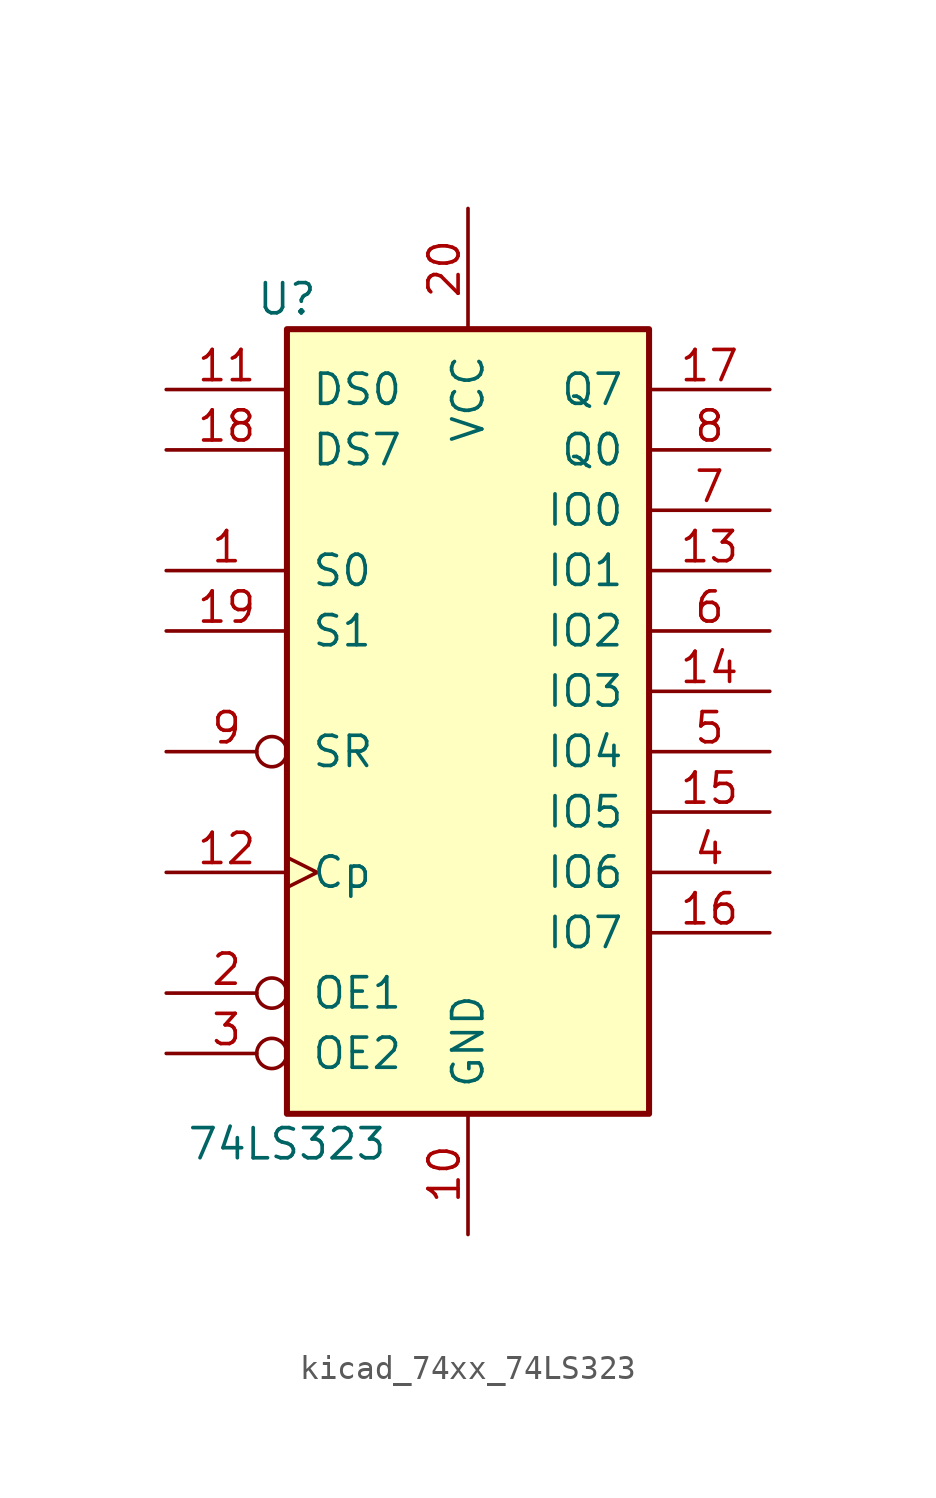
<source format=kicad_sym>
(kicad_symbol_lib
  (version 20220914)
  (generator kicad_symbol_editor)
  (symbol "kicad_74xx_74LS323"
    (pin_names
      (offset 1.016))
    (property "Reference" "U"
      (at -7.62 16.51 0)
      (effects (font (size 1.27 1.27))))
    (property "Value" "74LS323"
      (at -7.62 -19.05 0)
      (effects (font (size 1.27 1.27))))
    (property "ki_locked" ""
      (at 0 0 0)
      (effects (font (size 1.27 1.27))))
    (symbol "kicad_74xx_74LS323_1_0"
      (pin input line (at -12.7 5.08 0) (length 5.08) (name "S0" (effects (font (size 1.27 1.27)))) (number "1" (effects (font (size 1.27 1.27)))))
      (pin power_in line (at 0 -22.86 90) (length 5.08) (name "GND" (effects (font (size 1.27 1.27)))) (number "10" (effects (font (size 1.27 1.27)))))
      (pin input line (at -12.7 12.7 0) (length 5.08) (name "DS0" (effects (font (size 1.27 1.27)))) (number "11" (effects (font (size 1.27 1.27)))))
      (pin input clock (at -12.7 -7.62 0) (length 5.08) (name "Cp" (effects (font (size 1.27 1.27)))) (number "12" (effects (font (size 1.27 1.27)))))
      (pin tri_state line (at 12.7 5.08 180) (length 5.08) (name "IO1" (effects (font (size 1.27 1.27)))) (number "13" (effects (font (size 1.27 1.27)))))
      (pin tri_state line (at 12.7 0 180) (length 5.08) (name "IO3" (effects (font (size 1.27 1.27)))) (number "14" (effects (font (size 1.27 1.27)))))
      (pin tri_state line (at 12.7 -5.08 180) (length 5.08) (name "IO5" (effects (font (size 1.27 1.27)))) (number "15" (effects (font (size 1.27 1.27)))))
      (pin tri_state line (at 12.7 -10.16 180) (length 5.08) (name "IO7" (effects (font (size 1.27 1.27)))) (number "16" (effects (font (size 1.27 1.27)))))
      (pin output line (at 12.7 12.7 180) (length 5.08) (name "Q7" (effects (font (size 1.27 1.27)))) (number "17" (effects (font (size 1.27 1.27)))))
      (pin input line (at -12.7 10.16 0) (length 5.08) (name "DS7" (effects (font (size 1.27 1.27)))) (number "18" (effects (font (size 1.27 1.27)))))
      (pin input line (at -12.7 2.54 0) (length 5.08) (name "S1" (effects (font (size 1.27 1.27)))) (number "19" (effects (font (size 1.27 1.27)))))
      (pin input inverted (at -12.7 -12.7 0) (length 5.08) (name "OE1" (effects (font (size 1.27 1.27)))) (number "2" (effects (font (size 1.27 1.27)))))
      (pin power_in line (at 0 20.32 270) (length 5.08) (name "VCC" (effects (font (size 1.27 1.27)))) (number "20" (effects (font (size 1.27 1.27)))))
      (pin input inverted (at -12.7 -15.24 0) (length 5.08) (name "OE2" (effects (font (size 1.27 1.27)))) (number "3" (effects (font (size 1.27 1.27)))))
      (pin tri_state line (at 12.7 -7.62 180) (length 5.08) (name "IO6" (effects (font (size 1.27 1.27)))) (number "4" (effects (font (size 1.27 1.27)))))
      (pin tri_state line (at 12.7 -2.54 180) (length 5.08) (name "IO4" (effects (font (size 1.27 1.27)))) (number "5" (effects (font (size 1.27 1.27)))))
      (pin tri_state line (at 12.7 2.54 180) (length 5.08) (name "IO2" (effects (font (size 1.27 1.27)))) (number "6" (effects (font (size 1.27 1.27)))))
      (pin tri_state line (at 12.7 7.62 180) (length 5.08) (name "IO0" (effects (font (size 1.27 1.27)))) (number "7" (effects (font (size 1.27 1.27)))))
      (pin output line (at 12.7 10.16 180) (length 5.08) (name "Q0" (effects (font (size 1.27 1.27)))) (number "8" (effects (font (size 1.27 1.27)))))
      (pin input inverted (at -12.7 -2.54 0) (length 5.08) (name "SR" (effects (font (size 1.27 1.27)))) (number "9" (effects (font (size 1.27 1.27))))))
    (symbol "kicad_74xx_74LS323_1_1"
      (rectangle (start -7.62 15.24) (end 7.62 -17.78) (stroke (width 0.254) (type default)) (fill (type background))))))
</source>
